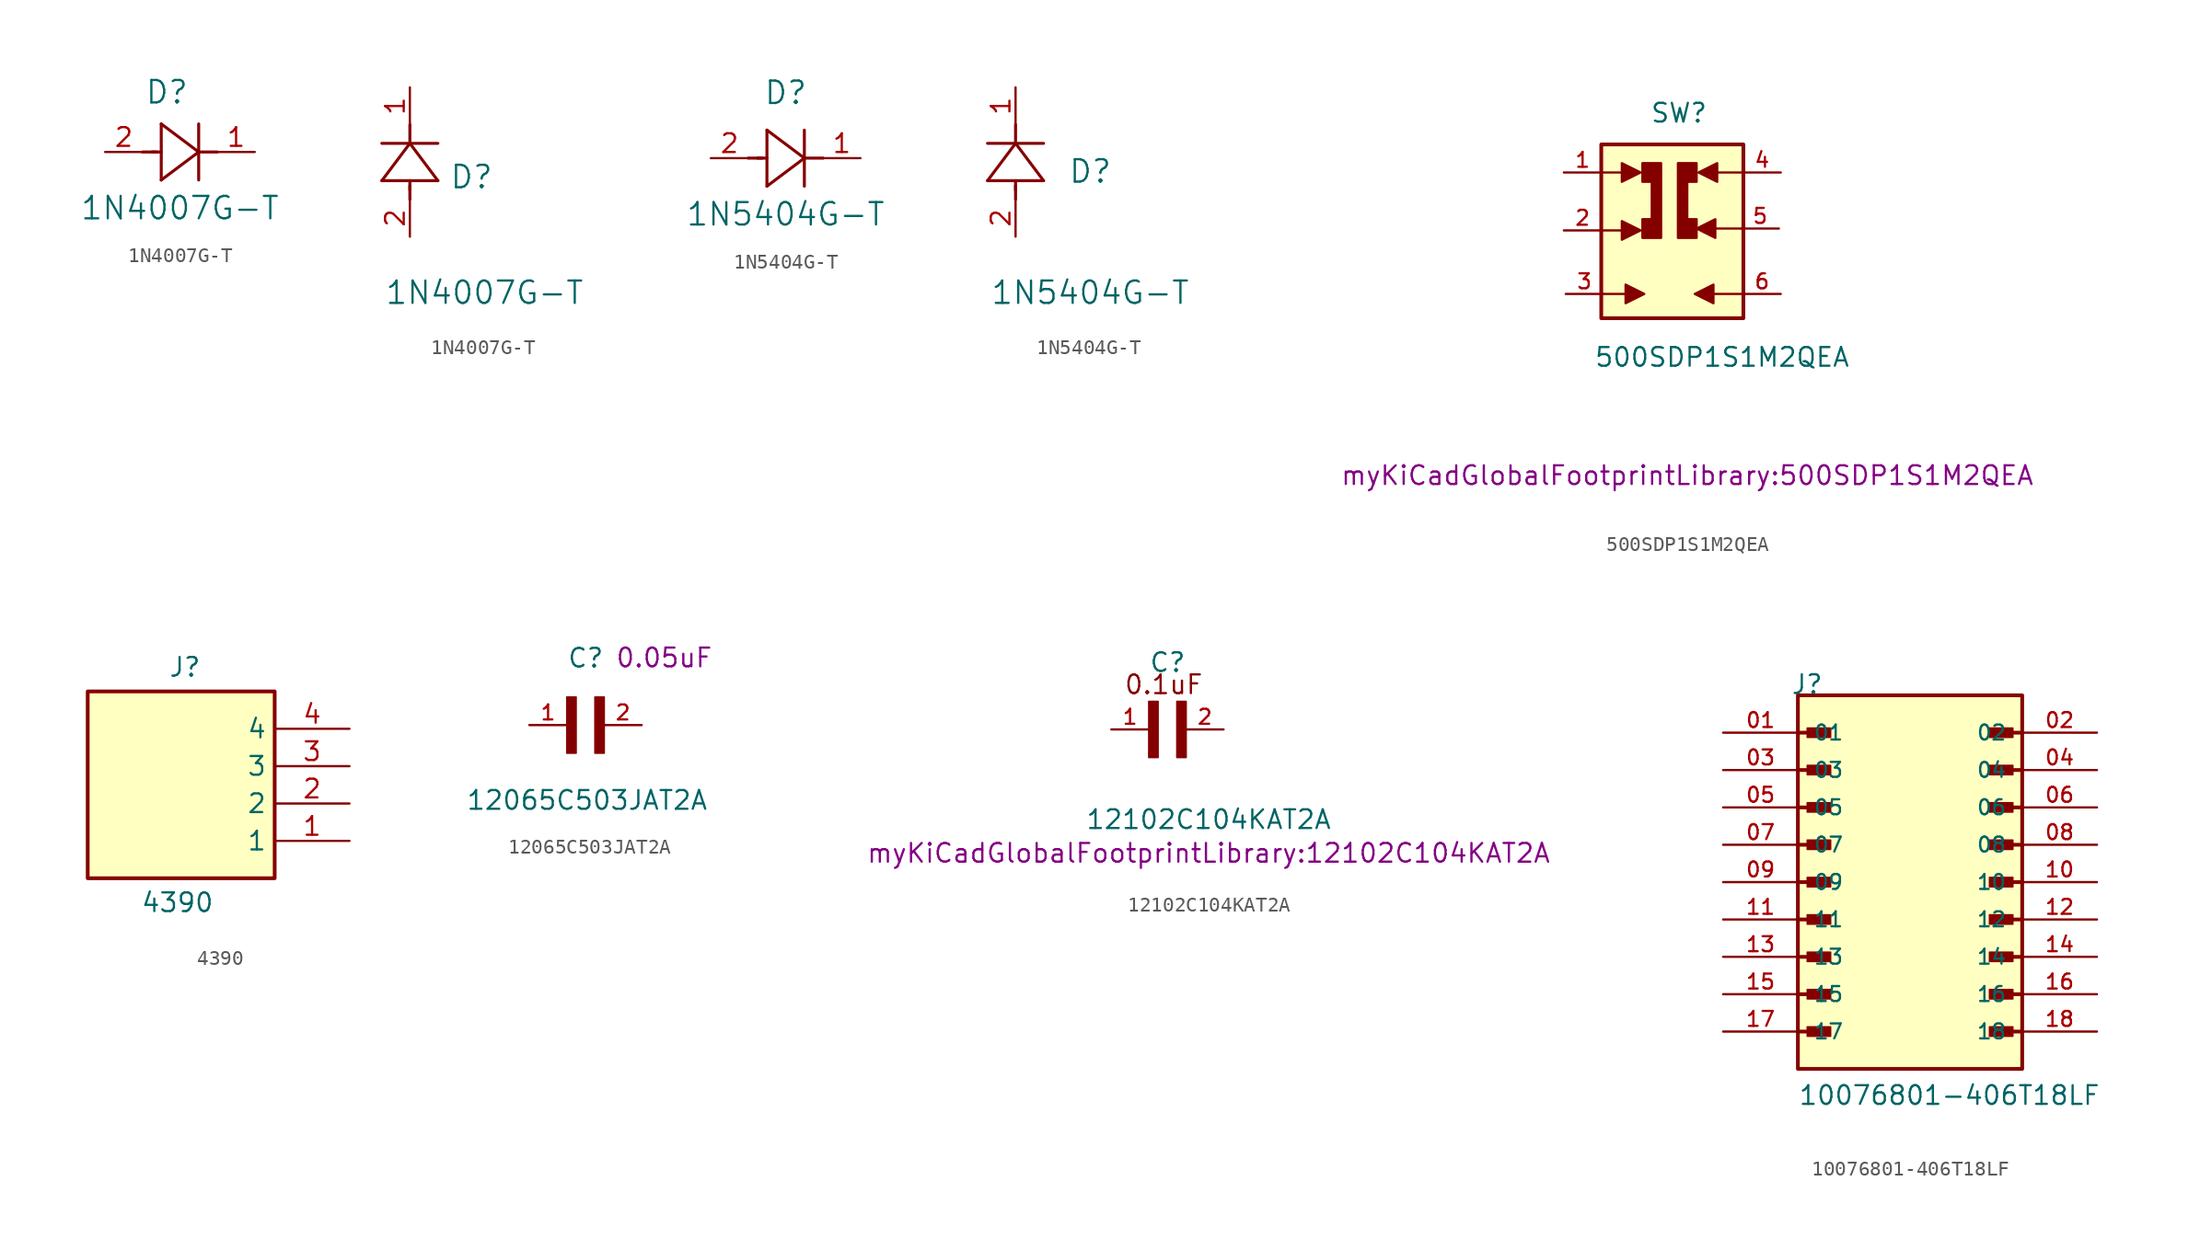
<source format=kicad_sym>
(kicad_symbol_lib
  (version 20211014)
  (generator kicad_symbol_editor)
  (symbol "1N4007G-T"
    (pin_names
      (offset 0.254))
    (property "Reference" "D"
      (at 4.191 4.064 0)
      (effects (font (size 1.524 1.524))))
    (property "Value" "1N4007G-T"
      (at 5.08 -3.81 0)
      (effects (font (size 1.524 1.524))))
    (symbol "1N4007G-T_1_1"
      (polyline (pts (xy 2.54 0) (xy 3.48 0)) (stroke (width 0.203) (type default) (color 0 0 0 0)) (fill (type none)))
      (polyline (pts (xy 3.175 0) (xy 3.81 0)) (stroke (width 0.203) (type default) (color 0 0 0 0)) (fill (type none)))
      (polyline (pts (xy 3.81 -1.905) (xy 6.35 0)) (stroke (width 0.203) (type default) (color 0 0 0 0)) (fill (type none)))
      (polyline (pts (xy 3.81 1.905) (xy 3.81 -1.905)) (stroke (width 0.203) (type default) (color 0 0 0 0)) (fill (type none)))
      (polyline (pts (xy 6.35 -1.905) (xy 6.35 1.905)) (stroke (width 0.203) (type default) (color 0 0 0 0)) (fill (type none)))
      (polyline (pts (xy 6.35 0) (xy 3.81 1.905)) (stroke (width 0.203) (type default) (color 0 0 0 0)) (fill (type none)))
      (polyline (pts (xy 6.35 0) (xy 7.62 0)) (stroke (width 0.203) (type default) (color 0 0 0 0)) (fill (type none)))
      (pin unspecified line (at 10.16 0 180) (length 2.54) (name "" (effects (font (size 1.27 1.27)))) (number "1" (effects (font (size 1.27 1.27)))))
      (pin unspecified line (at 0 0 0) (length 2.54) (name "" (effects (font (size 1.27 1.27)))) (number "2" (effects (font (size 1.27 1.27))))))
    (symbol "1N4007G-T_1_2"
      (polyline (pts (xy -1.905 3.81) (xy 1.905 3.81)) (stroke (width 0.203) (type default) (color 0 0 0 0)) (fill (type none)))
      (polyline (pts (xy 0 2.54) (xy 0 3.48)) (stroke (width 0.203) (type default) (color 0 0 0 0)) (fill (type none)))
      (polyline (pts (xy 0 3.175) (xy 0 3.81)) (stroke (width 0.203) (type default) (color 0 0 0 0)) (fill (type none)))
      (polyline (pts (xy 0 6.35) (xy -1.905 3.81)) (stroke (width 0.203) (type default) (color 0 0 0 0)) (fill (type none)))
      (polyline (pts (xy 0 6.35) (xy 0 7.62)) (stroke (width 0.203) (type default) (color 0 0 0 0)) (fill (type none)))
      (polyline (pts (xy 1.905 3.81) (xy 0 6.35)) (stroke (width 0.203) (type default) (color 0 0 0 0)) (fill (type none)))
      (polyline (pts (xy 1.905 6.35) (xy -1.905 6.35)) (stroke (width 0.203) (type default) (color 0 0 0 0)) (fill (type none)))
      (pin unspecified line (at 0 10.16 270) (length 2.54) (name "" (effects (font (size 1.27 1.27)))) (number "1" (effects (font (size 1.27 1.27)))))
      (pin unspecified line (at 0 0 90) (length 2.54) (name "" (effects (font (size 1.27 1.27)))) (number "2" (effects (font (size 1.27 1.27)))))))
  (symbol "1N5404G-T"
    (pin_names
      (offset 0.254))
    (property "Reference" "D"
      (at 5.08 4.445 0)
      (effects (font (size 1.524 1.524))))
    (property "Value" "1N5404G-T"
      (at 5.08 -3.81 0)
      (effects (font (size 1.524 1.524))))
    (symbol "1N5404G-T_1_1"
      (polyline (pts (xy 2.54 0) (xy 3.48 0)) (stroke (width 0.203) (type default) (color 0 0 0 0)) (fill (type none)))
      (polyline (pts (xy 3.175 0) (xy 3.81 0)) (stroke (width 0.203) (type default) (color 0 0 0 0)) (fill (type none)))
      (polyline (pts (xy 3.81 -1.905) (xy 6.35 0)) (stroke (width 0.203) (type default) (color 0 0 0 0)) (fill (type none)))
      (polyline (pts (xy 3.81 1.905) (xy 3.81 -1.905)) (stroke (width 0.203) (type default) (color 0 0 0 0)) (fill (type none)))
      (polyline (pts (xy 6.35 -1.905) (xy 6.35 1.905)) (stroke (width 0.203) (type default) (color 0 0 0 0)) (fill (type none)))
      (polyline (pts (xy 6.35 0) (xy 3.81 1.905)) (stroke (width 0.203) (type default) (color 0 0 0 0)) (fill (type none)))
      (polyline (pts (xy 6.35 0) (xy 7.62 0)) (stroke (width 0.203) (type default) (color 0 0 0 0)) (fill (type none)))
      (pin unspecified line (at 10.16 0 180) (length 2.54) (name "" (effects (font (size 1.27 1.27)))) (number "1" (effects (font (size 1.27 1.27)))))
      (pin unspecified line (at 0 0 0) (length 2.54) (name "" (effects (font (size 1.27 1.27)))) (number "2" (effects (font (size 1.27 1.27))))))
    (symbol "1N5404G-T_1_2"
      (polyline (pts (xy -1.905 3.81) (xy 1.905 3.81)) (stroke (width 0.203) (type default) (color 0 0 0 0)) (fill (type none)))
      (polyline (pts (xy 0 2.54) (xy 0 3.48)) (stroke (width 0.203) (type default) (color 0 0 0 0)) (fill (type none)))
      (polyline (pts (xy 0 3.175) (xy 0 3.81)) (stroke (width 0.203) (type default) (color 0 0 0 0)) (fill (type none)))
      (polyline (pts (xy 0 6.35) (xy -1.905 3.81)) (stroke (width 0.203) (type default) (color 0 0 0 0)) (fill (type none)))
      (polyline (pts (xy 0 6.35) (xy 0 7.62)) (stroke (width 0.203) (type default) (color 0 0 0 0)) (fill (type none)))
      (polyline (pts (xy 1.905 3.81) (xy 0 6.35)) (stroke (width 0.203) (type default) (color 0 0 0 0)) (fill (type none)))
      (polyline (pts (xy 1.905 6.35) (xy -1.905 6.35)) (stroke (width 0.203) (type default) (color 0 0 0 0)) (fill (type none)))
      (pin unspecified line (at 0 10.16 270) (length 2.54) (name "" (effects (font (size 1.27 1.27)))) (number "1" (effects (font (size 1.27 1.27)))))
      (pin unspecified line (at 0 0 90) (length 2.54) (name "" (effects (font (size 1.27 1.27)))) (number "2" (effects (font (size 1.27 1.27)))))))
  (symbol "500SDP1S1M2QEA"
    (pin_names
      (offset 1.016))
    (property "Reference" "SW"
      (at -1.397 8.382 0)
      (effects (font (size 1.27 1.27)) (justify left bottom)))
    (property "Value" "500SDP1S1M2QEA"
      (at -5.207 -6.731 0)
      (effects (font (size 1.27 1.27)) (justify left top)))
    (property "Footprint" "myKiCadGlobalFootprintLibrary:500SDP1S1M2QEA"
      (at 1.143 -16.256 0)
      (effects (font (size 1.27 1.27)) (justify bottom)))
    (symbol "500SDP1S1M2QEA_0_0"
      (rectangle (start -4.699 6.985) (end 4.953 -4.826) (stroke (width 0.254) (type default) (color 0 0 0 0)) (fill (type background)))
      (polyline (pts (xy -4.699 -3.175) (xy -3.048 -3.175)) (stroke (width 0.152) (type default) (color 0 0 0 0)) (fill (type none)))
      (polyline (pts (xy -4.699 1.143) (xy -3.302 1.143)) (stroke (width 0.152) (type default) (color 0 0 0 0)) (fill (type none)))
      (polyline (pts (xy -4.699 5.08) (xy -3.302 5.08)) (stroke (width 0.152) (type default) (color 0 0 0 0)) (fill (type none)))
      (polyline (pts (xy 4.953 -3.175) (xy 2.921 -3.175)) (stroke (width 0.152) (type default) (color 0 0 0 0)) (fill (type none)))
      (polyline (pts (xy 4.953 1.27) (xy 3.048 1.27)) (stroke (width 0.152) (type default) (color 0 0 0 0)) (fill (type none)))
      (polyline (pts (xy 4.953 5.08) (xy 3.175 5.08)) (stroke (width 0.152) (type default) (color 0 0 0 0)) (fill (type none)))
      (polyline (pts (xy -3.302 1.778) (xy -3.302 0.508) (xy -2.032 1.143) (xy -3.302 1.778)) (stroke (width 0.152) (type default) (color 0 0 0 0)) (fill (type outline)))
      (polyline (pts (xy -3.302 5.715) (xy -3.302 4.445) (xy -2.032 5.08) (xy -3.302 5.715)) (stroke (width 0.152) (type default) (color 0 0 0 0)) (fill (type outline)))
      (polyline (pts (xy -3.048 -2.54) (xy -3.048 -3.81) (xy -1.778 -3.175) (xy -3.048 -2.54)) (stroke (width 0.152) (type default) (color 0 0 0 0)) (fill (type outline)))
      (polyline (pts (xy 2.921 -3.81) (xy 2.921 -2.54) (xy 1.651 -3.175) (xy 2.921 -3.81)) (stroke (width 0.152) (type default) (color 0 0 0 0)) (fill (type outline)))
      (polyline (pts (xy 3.048 0.635) (xy 3.048 1.905) (xy 1.778 1.27) (xy 3.048 0.635)) (stroke (width 0.152) (type default) (color 0 0 0 0)) (fill (type outline)))
      (polyline (pts (xy 3.175 4.445) (xy 3.175 5.715) (xy 1.905 5.08) (xy 3.175 4.445)) (stroke (width 0.152) (type default) (color 0 0 0 0)) (fill (type outline)))
      (polyline (pts (xy -1.905 4.445) (xy -1.905 5.715) (xy -0.635 5.715) (xy -0.635 0.635) (xy -1.905 0.635) (xy -1.905 1.905) (xy -1.27 1.905) (xy -1.27 4.445) (xy -1.905 4.445)) (stroke (width 0.152) (type default) (color 0 0 0 0)) (fill (type outline)))
      (polyline (pts (xy 1.778 4.445) (xy 1.778 5.715) (xy 0.508 5.715) (xy 0.508 0.635) (xy 1.778 0.635) (xy 1.778 1.905) (xy 1.143 1.905) (xy 1.143 4.445) (xy 1.778 4.445)) (stroke (width 0.152) (type default) (color 0 0 0 0)) (fill (type outline)))
      (pin passive line (at -7.239 5.08 0) (length 2.54) (name "~" (effects (font (size 1.016 1.016)))) (number "1" (effects (font (size 1.016 1.016)))))
      (pin passive line (at -7.239 1.143 0) (length 2.54) (name "~" (effects (font (size 1.016 1.016)))) (number "2" (effects (font (size 1.016 1.016)))))
      (pin passive line (at -7.112 -3.175 0) (length 2.54) (name "~" (effects (font (size 1.016 1.016)))) (number "3" (effects (font (size 1.016 1.016)))))
      (pin passive line (at 7.493 5.08 180) (length 2.54) (name "~" (effects (font (size 1.016 1.016)))) (number "4" (effects (font (size 1.016 1.016)))))
      (pin passive line (at 7.366 1.27 180) (length 2.54) (name "~" (effects (font (size 1.016 1.016)))) (number "5" (effects (font (size 1.016 1.016)))))
      (pin passive line (at 7.493 -3.175 180) (length 2.54) (name "~" (effects (font (size 1.016 1.016)))) (number "6" (effects (font (size 1.016 1.016)))))))
  (symbol "4390"
    (property "Reference" "J"
      (at 11.684 4.191 0)
      (effects (font (size 1.27 1.27))))
    (property "Value" "4390"
      (at 11.176 -11.811 0)
      (effects (font (size 1.27 1.27))))
    (symbol "4390_1_1"
      (rectangle (start 5.08 2.54) (end 17.78 -10.16) (stroke (width 0.254) (type default) (color 0 0 0 0)) (fill (type background)))
      (pin passive line (at 22.86 -7.62 180) (length 5.08) (name "1" (effects (font (size 1.27 1.27)))) (number "1" (effects (font (size 1.27 1.27)))))
      (pin passive line (at 22.86 -5.08 180) (length 5.08) (name "2" (effects (font (size 1.27 1.27)))) (number "2" (effects (font (size 1.27 1.27)))))
      (pin passive line (at 22.86 -2.54 180) (length 5.08) (name "3" (effects (font (size 1.27 1.27)))) (number "3" (effects (font (size 1.27 1.27)))))
      (pin passive line (at 22.86 0 180) (length 5.08) (name "4" (effects (font (size 1.27 1.27)))) (number "4" (effects (font (size 1.27 1.27)))))))
  (symbol "12065C503JAT2A"
    (pin_names
      (offset 1.016))
    (property "Reference" "C"
      (at 0 3.811 0)
      (effects (font (size 1.27 1.27)) (justify left bottom)))
    (property "Value" "12065C503JAT2A"
      (at -6.858 -5.842 0)
      (effects (font (size 1.27 1.27)) (justify left bottom)))
    (property "Capacitance" "0.05uF"
      (at 6.604 4.572 0)
      (effects (font (size 1.27 1.27))))
    (symbol "12065C503JAT2A_0_0"
      (rectangle (start 0 -1.907) (end 0.635 1.905) (stroke (width 0.1) (type default) (color 0 0 0 0)) (fill (type outline)))
      (rectangle (start 1.907 -1.907) (end 2.54 1.905) (stroke (width 0.1) (type default) (color 0 0 0 0)) (fill (type outline)))
      (pin passive line (at -2.54 0 0) (length 2.54) (name "~" (effects (font (size 1.016 1.016)))) (number "1" (effects (font (size 1.016 1.016)))))
      (pin passive line (at 5.08 0 180) (length 2.54) (name "~" (effects (font (size 1.016 1.016)))) (number "2" (effects (font (size 1.016 1.016)))))))
  (symbol "12102C104KAT2A"
    (pin_names
      (offset 1.016))
    (property "Reference" "C"
      (at 0 3.811 0)
      (effects (font (size 1.27 1.27)) (justify left bottom)))
    (property "Value" "12102C104KAT2A"
      (at -4.318 -6.858 0)
      (effects (font (size 1.27 1.27)) (justify left bottom)))
    (property "Footprint" "myKiCadGlobalFootprintLibrary:12102C104KAT2A"
      (at 4.064 -9.144 0)
      (effects (font (size 1.27 1.27)) (justify bottom)))
    (symbol "12102C104KAT2A_0_0"
      (rectangle (start 0 -1.907) (end 0.635 1.905) (stroke (width 0.1) (type default) (color 0 0 0 0)) (fill (type outline)))
      (rectangle (start 1.907 -1.907) (end 2.54 1.905) (stroke (width 0.1) (type default) (color 0 0 0 0)) (fill (type outline)))
      (text "0.1uF" (at 1.016 3.048 0) (effects (font (size 1.27 1.27))))
      (pin passive line (at -2.54 0 0) (length 2.54) (name "~" (effects (font (size 1.016 1.016)))) (number "1" (effects (font (size 1.016 1.016)))))
      (pin passive line (at 5.08 0 180) (length 2.54) (name "~" (effects (font (size 1.016 1.016)))) (number "2" (effects (font (size 1.016 1.016)))))))
  (symbol "10076801-406T18LF"
    (pin_names
      (offset 1.016))
    (property "Reference" "J"
      (at -8.12 12.7 0)
      (effects (font (size 1.27 1.27)) (justify left bottom)))
    (property "Value" "10076801-406T18LF"
      (at -7.62 -15.24 0)
      (effects (font (size 1.27 1.27)) (justify left bottom)))
    (symbol "10076801-406T18LF_0_0"
      (rectangle (start -7.62 -12.7) (end 7.62 12.7) (stroke (width 0.254) (type default) (color 0 0 0 0)) (fill (type background)))
      (rectangle (start -6.985 -10.477) (end -5.397 -9.842) (stroke (width 0.1) (type default) (color 0 0 0 0)) (fill (type outline)))
      (rectangle (start -6.985 -7.938) (end -5.397 -7.303) (stroke (width 0.1) (type default) (color 0 0 0 0)) (fill (type outline)))
      (rectangle (start -6.985 -5.397) (end -5.397 -4.763) (stroke (width 0.1) (type default) (color 0 0 0 0)) (fill (type outline)))
      (rectangle (start -6.985 -2.857) (end -5.397 -2.223) (stroke (width 0.1) (type default) (color 0 0 0 0)) (fill (type outline)))
      (rectangle (start -6.985 -0.318) (end -5.397 0.318) (stroke (width 0.1) (type default) (color 0 0 0 0)) (fill (type outline)))
      (rectangle (start -6.985 2.223) (end -5.397 2.857) (stroke (width 0.1) (type default) (color 0 0 0 0)) (fill (type outline)))
      (rectangle (start -6.985 4.763) (end -5.397 5.397) (stroke (width 0.1) (type default) (color 0 0 0 0)) (fill (type outline)))
      (rectangle (start -6.985 7.303) (end -5.397 7.938) (stroke (width 0.1) (type default) (color 0 0 0 0)) (fill (type outline)))
      (rectangle (start -6.985 9.842) (end -5.397 10.477) (stroke (width 0.1) (type default) (color 0 0 0 0)) (fill (type outline)))
      (polyline (pts (xy -7.62 -10.16) (xy -5.715 -10.16)) (stroke (width 0.254) (type default) (color 0 0 0 0)) (fill (type none)))
      (polyline (pts (xy -7.62 -7.62) (xy -5.715 -7.62)) (stroke (width 0.254) (type default) (color 0 0 0 0)) (fill (type none)))
      (polyline (pts (xy -7.62 -5.08) (xy -5.715 -5.08)) (stroke (width 0.254) (type default) (color 0 0 0 0)) (fill (type none)))
      (polyline (pts (xy -7.62 -2.54) (xy -5.715 -2.54)) (stroke (width 0.254) (type default) (color 0 0 0 0)) (fill (type none)))
      (polyline (pts (xy -7.62 0) (xy -5.715 0)) (stroke (width 0.254) (type default) (color 0 0 0 0)) (fill (type none)))
      (polyline (pts (xy -7.62 2.54) (xy -5.715 2.54)) (stroke (width 0.254) (type default) (color 0 0 0 0)) (fill (type none)))
      (polyline (pts (xy -7.62 5.08) (xy -5.715 5.08)) (stroke (width 0.254) (type default) (color 0 0 0 0)) (fill (type none)))
      (polyline (pts (xy -7.62 7.62) (xy -5.715 7.62)) (stroke (width 0.254) (type default) (color 0 0 0 0)) (fill (type none)))
      (polyline (pts (xy -7.62 10.16) (xy -5.715 10.16)) (stroke (width 0.254) (type default) (color 0 0 0 0)) (fill (type none)))
      (polyline (pts (xy 7.62 -10.16) (xy 5.715 -10.16)) (stroke (width 0.254) (type default) (color 0 0 0 0)) (fill (type none)))
      (polyline (pts (xy 7.62 -7.62) (xy 5.715 -7.62)) (stroke (width 0.254) (type default) (color 0 0 0 0)) (fill (type none)))
      (polyline (pts (xy 7.62 -5.08) (xy 5.715 -5.08)) (stroke (width 0.254) (type default) (color 0 0 0 0)) (fill (type none)))
      (polyline (pts (xy 7.62 -2.54) (xy 5.715 -2.54)) (stroke (width 0.254) (type default) (color 0 0 0 0)) (fill (type none)))
      (polyline (pts (xy 7.62 0) (xy 5.715 0)) (stroke (width 0.254) (type default) (color 0 0 0 0)) (fill (type none)))
      (polyline (pts (xy 7.62 2.54) (xy 5.715 2.54)) (stroke (width 0.254) (type default) (color 0 0 0 0)) (fill (type none)))
      (polyline (pts (xy 7.62 5.08) (xy 5.715 5.08)) (stroke (width 0.254) (type default) (color 0 0 0 0)) (fill (type none)))
      (polyline (pts (xy 7.62 7.62) (xy 5.715 7.62)) (stroke (width 0.254) (type default) (color 0 0 0 0)) (fill (type none)))
      (polyline (pts (xy 7.62 10.16) (xy 5.715 10.16)) (stroke (width 0.254) (type default) (color 0 0 0 0)) (fill (type none)))
      (rectangle (start 6.985 -10.477) (end 5.397 -9.842) (stroke (width 0.1) (type default) (color 0 0 0 0)) (fill (type outline)))
      (rectangle (start 6.985 -7.938) (end 5.397 -7.303) (stroke (width 0.1) (type default) (color 0 0 0 0)) (fill (type outline)))
      (rectangle (start 6.985 -5.397) (end 5.397 -4.763) (stroke (width 0.1) (type default) (color 0 0 0 0)) (fill (type outline)))
      (rectangle (start 6.985 -2.857) (end 5.397 -2.223) (stroke (width 0.1) (type default) (color 0 0 0 0)) (fill (type outline)))
      (rectangle (start 6.985 -0.318) (end 5.397 0.318) (stroke (width 0.1) (type default) (color 0 0 0 0)) (fill (type outline)))
      (rectangle (start 6.985 2.223) (end 5.397 2.857) (stroke (width 0.1) (type default) (color 0 0 0 0)) (fill (type outline)))
      (rectangle (start 6.985 4.763) (end 5.397 5.397) (stroke (width 0.1) (type default) (color 0 0 0 0)) (fill (type outline)))
      (rectangle (start 6.985 7.303) (end 5.397 7.938) (stroke (width 0.1) (type default) (color 0 0 0 0)) (fill (type outline)))
      (rectangle (start 6.985 9.842) (end 5.397 10.477) (stroke (width 0.1) (type default) (color 0 0 0 0)) (fill (type outline)))
      (pin passive line (at -12.7 10.16 0) (length 5.08) (name "01" (effects (font (size 1.016 1.016)))) (number "01" (effects (font (size 1.016 1.016)))))
      (pin passive line (at 12.7 10.16 180) (length 5.08) (name "02" (effects (font (size 1.016 1.016)))) (number "02" (effects (font (size 1.016 1.016)))))
      (pin passive line (at -12.7 7.62 0) (length 5.08) (name "03" (effects (font (size 1.016 1.016)))) (number "03" (effects (font (size 1.016 1.016)))))
      (pin passive line (at 12.7 7.62 180) (length 5.08) (name "04" (effects (font (size 1.016 1.016)))) (number "04" (effects (font (size 1.016 1.016)))))
      (pin passive line (at -12.7 5.08 0) (length 5.08) (name "05" (effects (font (size 1.016 1.016)))) (number "05" (effects (font (size 1.016 1.016)))))
      (pin passive line (at 12.7 5.08 180) (length 5.08) (name "06" (effects (font (size 1.016 1.016)))) (number "06" (effects (font (size 1.016 1.016)))))
      (pin passive line (at -12.7 2.54 0) (length 5.08) (name "07" (effects (font (size 1.016 1.016)))) (number "07" (effects (font (size 1.016 1.016)))))
      (pin passive line (at 12.7 2.54 180) (length 5.08) (name "08" (effects (font (size 1.016 1.016)))) (number "08" (effects (font (size 1.016 1.016)))))
      (pin passive line (at -12.7 0 0) (length 5.08) (name "09" (effects (font (size 1.016 1.016)))) (number "09" (effects (font (size 1.016 1.016)))))
      (pin passive line (at 12.7 0 180) (length 5.08) (name "10" (effects (font (size 1.016 1.016)))) (number "10" (effects (font (size 1.016 1.016)))))
      (pin passive line (at -12.7 -2.54 0) (length 5.08) (name "11" (effects (font (size 1.016 1.016)))) (number "11" (effects (font (size 1.016 1.016)))))
      (pin passive line (at 12.7 -2.54 180) (length 5.08) (name "12" (effects (font (size 1.016 1.016)))) (number "12" (effects (font (size 1.016 1.016)))))
      (pin passive line (at -12.7 -5.08 0) (length 5.08) (name "13" (effects (font (size 1.016 1.016)))) (number "13" (effects (font (size 1.016 1.016)))))
      (pin passive line (at 12.7 -5.08 180) (length 5.08) (name "14" (effects (font (size 1.016 1.016)))) (number "14" (effects (font (size 1.016 1.016)))))
      (pin passive line (at -12.7 -7.62 0) (length 5.08) (name "15" (effects (font (size 1.016 1.016)))) (number "15" (effects (font (size 1.016 1.016)))))
      (pin passive line (at 12.7 -7.62 180) (length 5.08) (name "16" (effects (font (size 1.016 1.016)))) (number "16" (effects (font (size 1.016 1.016)))))
      (pin passive line (at -12.7 -10.16 0) (length 5.08) (name "17" (effects (font (size 1.016 1.016)))) (number "17" (effects (font (size 1.016 1.016)))))
      (pin passive line (at 12.7 -10.16 180) (length 5.08) (name "18" (effects (font (size 1.016 1.016)))) (number "18" (effects (font (size 1.016 1.016))))))))
</source>
